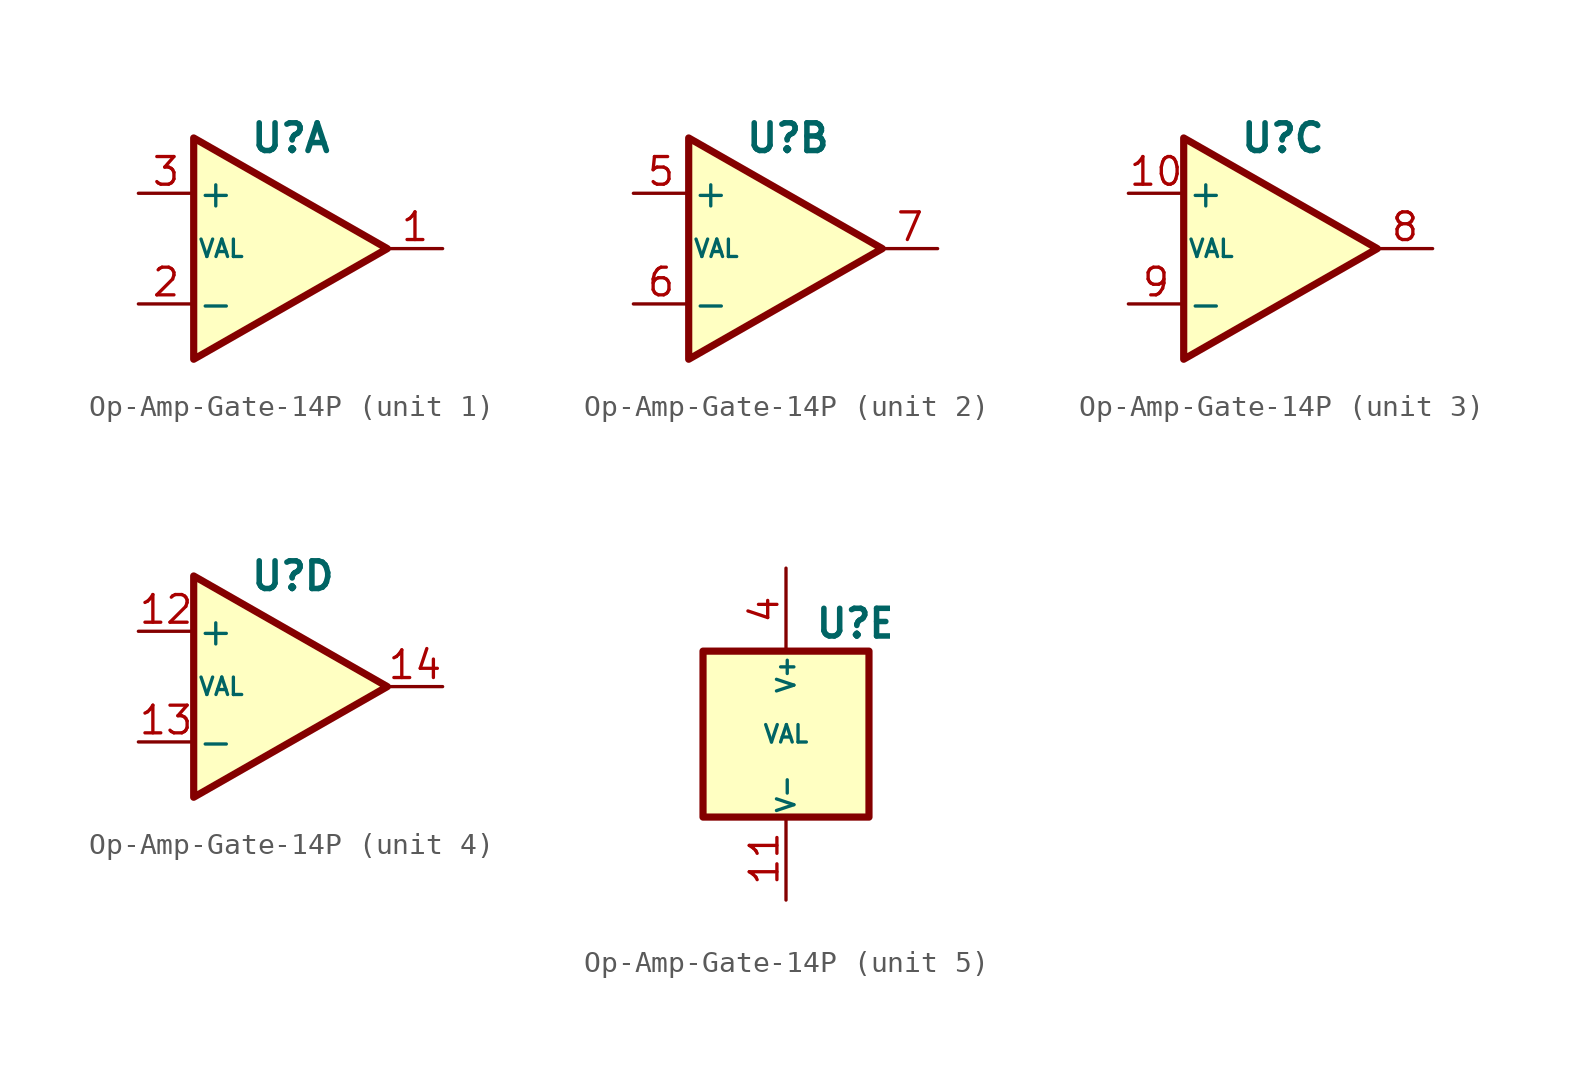
<source format=kicad_sym>
(kicad_symbol_lib
  (version 20241209)
  (generator "kicad_symbol_editor")
  (generator_version "9.0")
  (symbol "Op-Amp-Gate-14P"
    (pin_names
      (offset 0.127))
    (property "Reference" "U"
      (at -1.27 5.08 0)
      (do_not_autoplace)
      (effects (font (size 1.27 1.27) (thickness 0.254) (bold yes)) (justify left)))
    (property "Value" "VAL"
      (at -2.54 0 0)
      (do_not_autoplace)
      (effects (font (size 0.8 0.8))))
    (property "ki_locked" ""
      (at 0 0 0)
      (effects (font (size 1.27 1.27))))
    (symbol "Op-Amp-Gate-14P_1_1"
      (polyline (pts (xy -3.81 5.08) (xy 5.08 0) (xy -3.81 -5.08) (xy -3.81 5.08)) (stroke (width 0.33) (type default)) (fill (type background)))
      (pin input line (at -6.35 2.54 0) (length 2.54) (name "+" (effects (font (size 1.27 1.27)))) (number "3" (effects (font (size 1.27 1.27)))))
      (pin input line (at -6.35 -2.54 0) (length 2.54) (name "-" (effects (font (size 1.27 1.27)))) (number "2" (effects (font (size 1.27 1.27)))))
      (pin output line (at 7.62 0 180) (length 2.54) (name "~" (effects (font (size 1.27 1.27)))) (number "1" (effects (font (size 1.27 1.27))))))
    (symbol "Op-Amp-Gate-14P_2_1"
      (polyline (pts (xy -3.81 5.08) (xy 5.08 0) (xy -3.81 -5.08) (xy -3.81 5.08)) (stroke (width 0.33) (type default)) (fill (type background)))
      (pin input line (at -6.35 2.54 0) (length 2.54) (name "+" (effects (font (size 1.27 1.27)))) (number "5" (effects (font (size 1.27 1.27)))))
      (pin input line (at -6.35 -2.54 0) (length 2.54) (name "-" (effects (font (size 1.27 1.27)))) (number "6" (effects (font (size 1.27 1.27)))))
      (pin output line (at 7.62 0 180) (length 2.54) (name "~" (effects (font (size 1.27 1.27)))) (number "7" (effects (font (size 1.27 1.27))))))
    (symbol "Op-Amp-Gate-14P_3_1"
      (polyline (pts (xy -3.81 5.08) (xy 5.08 0) (xy -3.81 -5.08) (xy -3.81 5.08)) (stroke (width 0.33) (type default)) (fill (type background)))
      (pin input line (at -6.35 2.54 0) (length 2.54) (name "+" (effects (font (size 1.27 1.27)))) (number "10" (effects (font (size 1.27 1.27)))))
      (pin input line (at -6.35 -2.54 0) (length 2.54) (name "-" (effects (font (size 1.27 1.27)))) (number "9" (effects (font (size 1.27 1.27)))))
      (pin output line (at 7.62 0 180) (length 2.54) (name "~" (effects (font (size 1.27 1.27)))) (number "8" (effects (font (size 1.27 1.27))))))
    (symbol "Op-Amp-Gate-14P_4_1"
      (polyline (pts (xy -3.81 5.08) (xy 5.08 0) (xy -3.81 -5.08) (xy -3.81 5.08)) (stroke (width 0.33) (type default)) (fill (type background)))
      (pin input line (at -6.35 2.54 0) (length 2.54) (name "+" (effects (font (size 1.27 1.27)))) (number "12" (effects (font (size 1.27 1.27)))))
      (pin input line (at -6.35 -2.54 0) (length 2.54) (name "-" (effects (font (size 1.27 1.27)))) (number "13" (effects (font (size 1.27 1.27)))))
      (pin output line (at 7.62 0 180) (length 2.54) (name "~" (effects (font (size 1.27 1.27)))) (number "14" (effects (font (size 1.27 1.27))))))
    (symbol "Op-Amp-Gate-14P_5_1"
      (rectangle (start -6.35 3.81) (end 1.27 -3.81) (stroke (width 0.33) (type default)) (fill (type background)))
      (pin power_in line (at -2.54 7.62 270) (length 3.81) (name "V+" (effects (font (size 0.8 0.8)))) (number "4" (effects (font (size 1.27 1.27)))))
      (pin power_in line (at -2.54 -7.62 90) (length 3.81) (name "V-" (effects (font (size 0.8 0.8)))) (number "11" (effects (font (size 1.27 1.27))))))))
</source>
